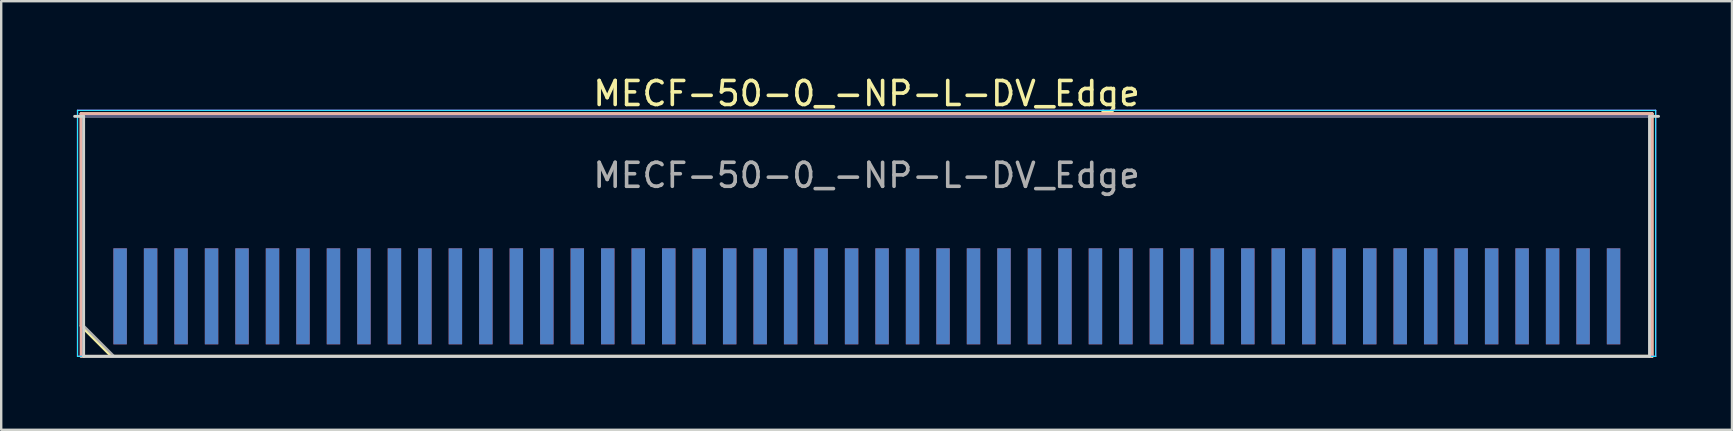
<source format=kicad_pcb>
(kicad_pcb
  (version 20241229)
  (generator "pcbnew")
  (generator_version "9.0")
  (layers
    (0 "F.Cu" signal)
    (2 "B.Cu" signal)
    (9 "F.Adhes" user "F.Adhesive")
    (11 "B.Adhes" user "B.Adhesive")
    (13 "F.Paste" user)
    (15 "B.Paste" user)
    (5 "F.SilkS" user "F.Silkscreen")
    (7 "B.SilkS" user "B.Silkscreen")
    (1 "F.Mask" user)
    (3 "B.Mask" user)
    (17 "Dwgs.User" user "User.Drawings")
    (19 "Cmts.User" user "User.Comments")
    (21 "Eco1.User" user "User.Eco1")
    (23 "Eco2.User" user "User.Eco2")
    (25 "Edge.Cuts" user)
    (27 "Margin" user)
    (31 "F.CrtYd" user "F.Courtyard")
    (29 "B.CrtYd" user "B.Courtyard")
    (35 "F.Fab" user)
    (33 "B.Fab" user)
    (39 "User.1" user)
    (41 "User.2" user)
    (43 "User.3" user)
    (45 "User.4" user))
  (footprint "MECF-50-0_-NP-L-DV_Edge"
    (layer "F.Cu")
    (at 33.06 6.798)
    (property "Reference" "MECF-50-0_-NP-L-DV_Edge" (at 0 -5.95 0) (layer "F.SilkS") (effects (font (size 1 1) (thickness 0.15))))
    (attr exclude_from_pos_files exclude_from_bom)
    (fp_line (start -32.73 -5.11) (end 32.73 -5.11) (stroke (width 0.12) (type solid)) (layer "F.SilkS"))
    (fp_line (start -32.73 3.73) (end -32.73 -5.11) (stroke (width 0.12) (type solid)) (layer "F.SilkS"))
    (fp_line (start -31.46 5) (end -32.73 3.73) (stroke (width 0.12) (type solid)) (layer "F.SilkS"))
    (fp_line (start -31.46 5) (end 32.73 5) (stroke (width 0.12) (type solid)) (layer "F.SilkS"))
    (fp_line (start 32.73 5) (end 32.73 -5.11) (stroke (width 0.12) (type solid)) (layer "F.SilkS"))
    (fp_line (start -32.73 -5.11) (end 32.73 -5.11) (stroke (width 0.12) (type solid)) (layer "B.SilkS"))
    (fp_line (start -32.73 5) (end -32.73 -5.11) (stroke (width 0.12) (type solid)) (layer "B.SilkS"))
    (fp_line (start -32.73 5) (end 32.73 5) (stroke (width 0.12) (type solid)) (layer "B.SilkS"))
    (fp_line (start 32.73 5) (end 32.73 -5.11) (stroke (width 0.12) (type solid)) (layer "B.SilkS"))
    (fp_line (start -33 -5) (end -32.625 -5) (stroke (width 0.12) (type solid)) (layer "Edge.Cuts"))
    (fp_line (start -32.625 5) (end -32.625 -5) (stroke (width 0.12) (type solid)) (layer "Edge.Cuts"))
    (fp_line (start -32.625 5) (end 32.625 5) (stroke (width 0.12) (type solid)) (layer "Edge.Cuts"))
    (fp_line (start 32.625 5) (end 32.625 -5) (stroke (width 0.12) (type solid)) (layer "Edge.Cuts"))
    (fp_line (start 33 -5) (end 32.625 -5) (stroke (width 0.12) (type solid)) (layer "Edge.Cuts"))
    (fp_line (start -32.88 -5.25) (end -32.88 5) (stroke (width 0.05) (type solid)) (layer "B.CrtYd"))
    (fp_line (start -32.88 5) (end 32.88 5) (stroke (width 0.05) (type solid)) (layer "B.CrtYd"))
    (fp_line (start 32.88 -5.25) (end -32.88 -5.25) (stroke (width 0.05) (type solid)) (layer "B.CrtYd"))
    (fp_line (start 32.88 5) (end 32.88 -5.25) (stroke (width 0.05) (type solid)) (layer "B.CrtYd"))
    (fp_line (start -32.88 -5.25) (end -32.88 5) (stroke (width 0.05) (type solid)) (layer "F.CrtYd"))
    (fp_line (start -32.88 5) (end 32.88 5) (stroke (width 0.05) (type solid)) (layer "F.CrtYd"))
    (fp_line (start 32.88 -5.25) (end -32.88 -5.25) (stroke (width 0.05) (type solid)) (layer "F.CrtYd"))
    (fp_line (start 32.88 5) (end 32.88 -5.25) (stroke (width 0.05) (type solid)) (layer "F.CrtYd"))
    (fp_line (start -32.625 -5) (end 32.625 -5) (stroke (width 0.1) (type solid)) (layer "B.Fab"))
    (fp_line (start -32.625 5) (end -32.625 -5) (stroke (width 0.1) (type solid)) (layer "B.Fab"))
    (fp_line (start -32.625 5) (end 32.625 5) (stroke (width 0.1) (type solid)) (layer "B.Fab"))
    (fp_line (start 32.625 5) (end 32.625 -5) (stroke (width 0.1) (type solid)) (layer "B.Fab"))
    (fp_line (start -32.625 -5) (end 32.625 -5) (stroke (width 0.1) (type solid)) (layer "F.Fab"))
    (fp_line (start -32.625 3.73) (end -32.625 -5) (stroke (width 0.1) (type solid)) (layer "F.Fab"))
    (fp_line (start -32.625 3.73) (end -31.355 5) (stroke (width 0.1) (type solid)) (layer "F.Fab"))
    (fp_line (start -31.355 5) (end 32.625 5) (stroke (width 0.1) (type solid)) (layer "F.Fab"))
    (fp_line (start 32.625 5) (end 32.625 -5) (stroke (width 0.1) (type solid)) (layer "F.Fab"))
    (fp_text user "${REFERENCE}" (at 0 -2.54 0) (layer "F.Fab") (effects (font (size 1 1) (thickness 0.15))))
    (pad "1" smd rect (at -31.105 2.5) (size 0.56 4) (layers "F.Cu" "F.Mask" "F.Paste"))
    (pad "2" smd rect (at -31.105 2.5) (size 0.56 4) (layers "B.Cu" "B.Mask" "B.Paste"))
    (pad "3" smd rect (at -29.835 2.5) (size 0.56 4) (layers "F.Cu" "F.Mask" "F.Paste"))
    (pad "4" smd rect (at -29.835 2.5) (size 0.56 4) (layers "B.Cu" "B.Mask" "B.Paste"))
    (pad "5" smd rect (at -28.565 2.5) (size 0.56 4) (layers "F.Cu" "F.Mask" "F.Paste"))
    (pad "6" smd rect (at -28.565 2.5) (size 0.56 4) (layers "B.Cu" "B.Mask" "B.Paste"))
    (pad "7" smd rect (at -27.295 2.5) (size 0.56 4) (layers "F.Cu" "F.Mask" "F.Paste"))
    (pad "8" smd rect (at -27.295 2.5) (size 0.56 4) (layers "B.Cu" "B.Mask" "B.Paste"))
    (pad "9" smd rect (at -26.025 2.5) (size 0.56 4) (layers "F.Cu" "F.Mask" "F.Paste"))
    (pad "10" smd rect (at -26.025 2.5) (size 0.56 4) (layers "B.Cu" "B.Mask" "B.Paste"))
    (pad "11" smd rect (at -24.755 2.5) (size 0.56 4) (layers "F.Cu" "F.Mask" "F.Paste"))
    (pad "12" smd rect (at -24.755 2.5) (size 0.56 4) (layers "B.Cu" "B.Mask" "B.Paste"))
    (pad "13" smd rect (at -23.485 2.5) (size 0.56 4) (layers "F.Cu" "F.Mask" "F.Paste"))
    (pad "14" smd rect (at -23.485 2.5) (size 0.56 4) (layers "B.Cu" "B.Mask" "B.Paste"))
    (pad "15" smd rect (at -22.215 2.5) (size 0.56 4) (layers "F.Cu" "F.Mask" "F.Paste"))
    (pad "16" smd rect (at -22.215 2.5) (size 0.56 4) (layers "B.Cu" "B.Mask" "B.Paste"))
    (pad "17" smd rect (at -20.945 2.5) (size 0.56 4) (layers "F.Cu" "F.Mask" "F.Paste"))
    (pad "18" smd rect (at -20.945 2.5) (size 0.56 4) (layers "B.Cu" "B.Mask" "B.Paste"))
    (pad "19" smd rect (at -19.675 2.5) (size 0.56 4) (layers "F.Cu" "F.Mask" "F.Paste"))
    (pad "20" smd rect (at -19.675 2.5) (size 0.56 4) (layers "B.Cu" "B.Mask" "B.Paste"))
    (pad "21" smd rect (at -18.405 2.5) (size 0.56 4) (layers "F.Cu" "F.Mask" "F.Paste"))
    (pad "22" smd rect (at -18.405 2.5) (size 0.56 4) (layers "B.Cu" "B.Mask" "B.Paste"))
    (pad "23" smd rect (at -17.135 2.5) (size 0.56 4) (layers "F.Cu" "F.Mask" "F.Paste"))
    (pad "24" smd rect (at -17.135 2.5) (size 0.56 4) (layers "B.Cu" "B.Mask" "B.Paste"))
    (pad "25" smd rect (at -15.865 2.5) (size 0.56 4) (layers "F.Cu" "F.Mask" "F.Paste"))
    (pad "26" smd rect (at -15.865 2.5) (size 0.56 4) (layers "B.Cu" "B.Mask" "B.Paste"))
    (pad "27" smd rect (at -14.595 2.5) (size 0.56 4) (layers "F.Cu" "F.Mask" "F.Paste"))
    (pad "28" smd rect (at -14.595 2.5) (size 0.56 4) (layers "B.Cu" "B.Mask" "B.Paste"))
    (pad "29" smd rect (at -13.325 2.5) (size 0.56 4) (layers "F.Cu" "F.Mask" "F.Paste"))
    (pad "30" smd rect (at -13.325 2.5) (size 0.56 4) (layers "B.Cu" "B.Mask" "B.Paste"))
    (pad "31" smd rect (at -12.055 2.5) (size 0.56 4) (layers "F.Cu" "F.Mask" "F.Paste"))
    (pad "32" smd rect (at -12.055 2.5) (size 0.56 4) (layers "B.Cu" "B.Mask" "B.Paste"))
    (pad "33" smd rect (at -10.785 2.5) (size 0.56 4) (layers "F.Cu" "F.Mask" "F.Paste"))
    (pad "34" smd rect (at -10.785 2.5) (size 0.56 4) (layers "B.Cu" "B.Mask" "B.Paste"))
    (pad "35" smd rect (at -9.515 2.5) (size 0.56 4) (layers "F.Cu" "F.Mask" "F.Paste"))
    (pad "36" smd rect (at -9.515 2.5) (size 0.56 4) (layers "B.Cu" "B.Mask" "B.Paste"))
    (pad "37" smd rect (at -8.245 2.5) (size 0.56 4) (layers "F.Cu" "F.Mask" "F.Paste"))
    (pad "38" smd rect (at -8.245 2.5) (size 0.56 4) (layers "B.Cu" "B.Mask" "B.Paste"))
    (pad "39" smd rect (at -6.975 2.5) (size 0.56 4) (layers "F.Cu" "F.Mask" "F.Paste"))
    (pad "40" smd rect (at -6.975 2.5) (size 0.56 4) (layers "B.Cu" "B.Mask" "B.Paste"))
    (pad "41" smd rect (at -5.705 2.5) (size 0.56 4) (layers "F.Cu" "F.Mask" "F.Paste"))
    (pad "42" smd rect (at -5.705 2.5) (size 0.56 4) (layers "B.Cu" "B.Mask" "B.Paste"))
    (pad "43" smd rect (at -4.435 2.5) (size 0.56 4) (layers "F.Cu" "F.Mask" "F.Paste"))
    (pad "44" smd rect (at -4.435 2.5) (size 0.56 4) (layers "B.Cu" "B.Mask" "B.Paste"))
    (pad "45" smd rect (at -3.165 2.5) (size 0.56 4) (layers "F.Cu" "F.Mask" "F.Paste"))
    (pad "46" smd rect (at -3.165 2.5) (size 0.56 4) (layers "B.Cu" "B.Mask" "B.Paste"))
    (pad "47" smd rect (at -1.895 2.5) (size 0.56 4) (layers "F.Cu" "F.Mask" "F.Paste"))
    (pad "48" smd rect (at -1.895 2.5) (size 0.56 4) (layers "B.Cu" "B.Mask" "B.Paste"))
    (pad "49" smd rect (at -0.625 2.5) (size 0.56 4) (layers "F.Cu" "F.Mask" "F.Paste"))
    (pad "50" smd rect (at -0.625 2.5) (size 0.56 4) (layers "B.Cu" "B.Mask" "B.Paste"))
    (pad "51" smd rect (at 0.645 2.5) (size 0.56 4) (layers "F.Cu" "F.Mask" "F.Paste"))
    (pad "52" smd rect (at 0.645 2.5) (size 0.56 4) (layers "B.Cu" "B.Mask" "B.Paste"))
    (pad "53" smd rect (at 1.915 2.5) (size 0.56 4) (layers "F.Cu" "F.Mask" "F.Paste"))
    (pad "54" smd rect (at 1.915 2.5) (size 0.56 4) (layers "B.Cu" "B.Mask" "B.Paste"))
    (pad "55" smd rect (at 3.185 2.5) (size 0.56 4) (layers "F.Cu" "F.Mask" "F.Paste"))
    (pad "56" smd rect (at 3.185 2.5) (size 0.56 4) (layers "B.Cu" "B.Mask" "B.Paste"))
    (pad "57" smd rect (at 4.455 2.5) (size 0.56 4) (layers "F.Cu" "F.Mask" "F.Paste"))
    (pad "58" smd rect (at 4.455 2.5) (size 0.56 4) (layers "B.Cu" "B.Mask" "B.Paste"))
    (pad "59" smd rect (at 5.725 2.5) (size 0.56 4) (layers "F.Cu" "F.Mask" "F.Paste"))
    (pad "60" smd rect (at 5.725 2.5) (size 0.56 4) (layers "B.Cu" "B.Mask" "B.Paste"))
    (pad "61" smd rect (at 6.995 2.5) (size 0.56 4) (layers "F.Cu" "F.Mask" "F.Paste"))
    (pad "62" smd rect (at 6.995 2.5) (size 0.56 4) (layers "B.Cu" "B.Mask" "B.Paste"))
    (pad "63" smd rect (at 8.265 2.5) (size 0.56 4) (layers "F.Cu" "F.Mask" "F.Paste"))
    (pad "64" smd rect (at 8.265 2.5) (size 0.56 4) (layers "B.Cu" "B.Mask" "B.Paste"))
    (pad "65" smd rect (at 9.535 2.5) (size 0.56 4) (layers "F.Cu" "F.Mask" "F.Paste"))
    (pad "66" smd rect (at 9.535 2.5) (size 0.56 4) (layers "B.Cu" "B.Mask" "B.Paste"))
    (pad "67" smd rect (at 10.805 2.5) (size 0.56 4) (layers "F.Cu" "F.Mask" "F.Paste"))
    (pad "68" smd rect (at 10.805 2.5) (size 0.56 4) (layers "B.Cu" "B.Mask" "B.Paste"))
    (pad "69" smd rect (at 12.075 2.5) (size 0.56 4) (layers "F.Cu" "F.Mask" "F.Paste"))
    (pad "70" smd rect (at 12.075 2.5) (size 0.56 4) (layers "B.Cu" "B.Mask" "B.Paste"))
    (pad "71" smd rect (at 13.345 2.5) (size 0.56 4) (layers "F.Cu" "F.Mask" "F.Paste"))
    (pad "72" smd rect (at 13.345 2.5) (size 0.56 4) (layers "B.Cu" "B.Mask" "B.Paste"))
    (pad "73" smd rect (at 14.615 2.5) (size 0.56 4) (layers "F.Cu" "F.Mask" "F.Paste"))
    (pad "74" smd rect (at 14.615 2.5) (size 0.56 4) (layers "B.Cu" "B.Mask" "B.Paste"))
    (pad "75" smd rect (at 15.885 2.5) (size 0.56 4) (layers "F.Cu" "F.Mask" "F.Paste"))
    (pad "76" smd rect (at 15.885 2.5) (size 0.56 4) (layers "B.Cu" "B.Mask" "B.Paste"))
    (pad "77" smd rect (at 17.155 2.5) (size 0.56 4) (layers "F.Cu" "F.Mask" "F.Paste"))
    (pad "78" smd rect (at 17.155 2.5) (size 0.56 4) (layers "B.Cu" "B.Mask" "B.Paste"))
    (pad "79" smd rect (at 18.425 2.5) (size 0.56 4) (layers "F.Cu" "F.Mask" "F.Paste"))
    (pad "80" smd rect (at 18.425 2.5) (size 0.56 4) (layers "B.Cu" "B.Mask" "B.Paste"))
    (pad "81" smd rect (at 19.695 2.5) (size 0.56 4) (layers "F.Cu" "F.Mask" "F.Paste"))
    (pad "82" smd rect (at 19.695 2.5) (size 0.56 4) (layers "B.Cu" "B.Mask" "B.Paste"))
    (pad "83" smd rect (at 20.965 2.5) (size 0.56 4) (layers "F.Cu" "F.Mask" "F.Paste"))
    (pad "84" smd rect (at 20.965 2.5) (size 0.56 4) (layers "B.Cu" "B.Mask" "B.Paste"))
    (pad "85" smd rect (at 22.235 2.5) (size 0.56 4) (layers "F.Cu" "F.Mask" "F.Paste"))
    (pad "86" smd rect (at 22.235 2.5) (size 0.56 4) (layers "B.Cu" "B.Mask" "B.Paste"))
    (pad "87" smd rect (at 23.505 2.5) (size 0.56 4) (layers "F.Cu" "F.Mask" "F.Paste"))
    (pad "88" smd rect (at 23.505 2.5) (size 0.56 4) (layers "B.Cu" "B.Mask" "B.Paste"))
    (pad "89" smd rect (at 24.775 2.5) (size 0.56 4) (layers "F.Cu" "F.Mask" "F.Paste"))
    (pad "90" smd rect (at 24.775 2.5) (size 0.56 4) (layers "B.Cu" "B.Mask" "B.Paste"))
    (pad "91" smd rect (at 26.045 2.5) (size 0.56 4) (layers "F.Cu" "F.Mask" "F.Paste"))
    (pad "92" smd rect (at 26.045 2.5) (size 0.56 4) (layers "B.Cu" "B.Mask" "B.Paste"))
    (pad "93" smd rect (at 27.315 2.5) (size 0.56 4) (layers "F.Cu" "F.Mask" "F.Paste"))
    (pad "94" smd rect (at 27.315 2.5) (size 0.56 4) (layers "B.Cu" "B.Mask" "B.Paste"))
    (pad "95" smd rect (at 28.585 2.5) (size 0.56 4) (layers "F.Cu" "F.Mask" "F.Paste"))
    (pad "96" smd rect (at 28.585 2.5) (size 0.56 4) (layers "B.Cu" "B.Mask" "B.Paste"))
    (pad "97" smd rect (at 29.855 2.5) (size 0.56 4) (layers "F.Cu" "F.Mask" "F.Paste"))
    (pad "98" smd rect (at 29.855 2.5) (size 0.56 4) (layers "B.Cu" "B.Mask" "B.Paste"))
    (pad "99" smd rect (at 31.125 2.5) (size 0.56 4) (layers "F.Cu" "F.Mask" "F.Paste"))
    (pad "100" smd rect (at 31.125 2.5) (size 0.56 4) (layers "B.Cu" "B.Mask" "B.Paste")))
  (gr_rect
    (start -3 -3)
    (end 69.12 14.858)
    (stroke (width 0.1) (type default))
    (fill no)
    (layer "Edge.Cuts")))
</source>
